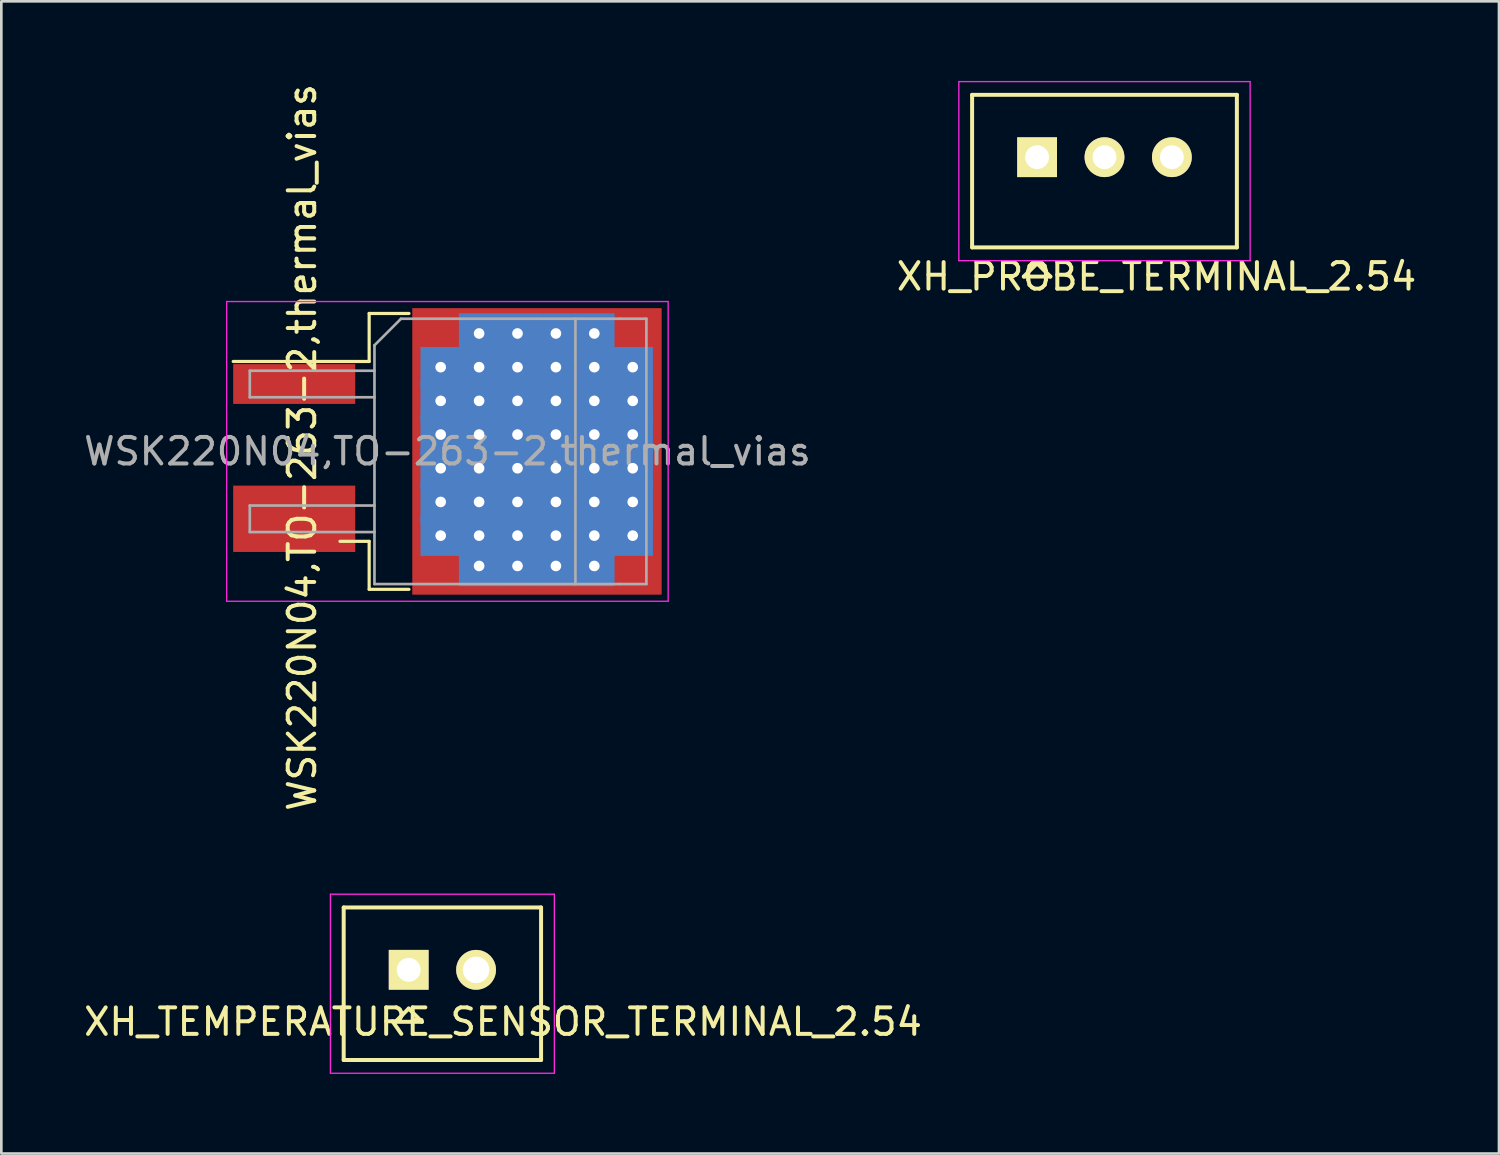
<source format=kicad_pcb>
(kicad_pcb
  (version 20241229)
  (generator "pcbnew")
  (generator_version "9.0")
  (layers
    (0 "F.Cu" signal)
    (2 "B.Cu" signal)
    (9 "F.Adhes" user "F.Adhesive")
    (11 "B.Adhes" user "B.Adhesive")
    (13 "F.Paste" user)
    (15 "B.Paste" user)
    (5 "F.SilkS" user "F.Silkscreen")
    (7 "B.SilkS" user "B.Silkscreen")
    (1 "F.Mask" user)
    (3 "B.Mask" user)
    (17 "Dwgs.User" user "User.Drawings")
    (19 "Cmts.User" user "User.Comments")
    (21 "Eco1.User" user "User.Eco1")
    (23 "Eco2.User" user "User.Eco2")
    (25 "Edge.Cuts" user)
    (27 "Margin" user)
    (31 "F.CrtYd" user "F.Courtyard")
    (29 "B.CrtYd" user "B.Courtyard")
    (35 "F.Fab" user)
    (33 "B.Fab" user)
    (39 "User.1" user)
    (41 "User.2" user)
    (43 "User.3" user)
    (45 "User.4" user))
  (footprint "XH_TEMPERATURE_SENSOR_TERMINAL_2.54"
    (layer "F.Cu")
    (at 12.355 33.506)
    (property "Reference" "XH_TEMPERATURE_SENSOR_TERMINAL_2.54" (at 3.556 1.96 0) (layer "F.SilkS") (effects (font (size 1 1) (thickness 0.15))))
    (attr through_hole)
    (fp_line (start -2.45 -2.35) (end -2.45 3.4) (stroke (width 0.15) (type solid)) (layer "F.SilkS"))
    (fp_line (start -2.45 -2.35) (end 4.99 -2.35) (stroke (width 0.15) (type solid)) (layer "F.SilkS"))
    (fp_line (start -2.45 3.4) (end 4.99 3.4) (stroke (width 0.15) (type solid)) (layer "F.SilkS"))
    (fp_line (start -0.5 1.96) (end 0.5 1.96) (stroke (width 0.15) (type solid)) (layer "F.SilkS"))
    (fp_line (start 0 1.46) (end -0.5 1.96) (stroke (width 0.15) (type solid)) (layer "F.SilkS"))
    (fp_line (start 0 1.46) (end 0.5 1.96) (stroke (width 0.15) (type solid)) (layer "F.SilkS"))
    (fp_line (start 4.99 -2.35) (end 4.99 3.4) (stroke (width 0.15) (type solid)) (layer "F.SilkS"))
    (fp_line (start -2.95 -2.85) (end -2.95 3.9) (stroke (width 0.05) (type solid)) (layer "F.CrtYd"))
    (fp_line (start -2.95 -2.85) (end 5.49 -2.85) (stroke (width 0.05) (type solid)) (layer "F.CrtYd"))
    (fp_line (start -2.95 3.9) (end 5.49 3.9) (stroke (width 0.05) (type solid)) (layer "F.CrtYd"))
    (fp_line (start 5.49 -2.85) (end 5.49 3.9) (stroke (width 0.05) (type solid)) (layer "F.CrtYd"))
    (pad "1" thru_hole rect (at 0 0) (size 1.5 1.5) (drill 0.9) (layers "*.Cu" "*.Mask" "F.SilkS"))
    (pad "2" thru_hole circle (at 2.54 0) (size 1.5 1.5) (drill 1) (layers "*.Cu" "*.Mask" "F.SilkS")))
  (footprint "WSK220N04,TO-263-2,thermal_vias"
    (layer "F.Cu")
    (at 13.815 13.965)
    (property "Reference" "WSK220N04,TO-263-2,thermal_vias" (at -5.475 -0.15 90) (layer "F.SilkS") (effects (font (size 1 1) (thickness 0.15))))
    (attr smd)
    (fp_line (start -2.95 -5.2) (end -2.95 -3.39) (stroke (width 0.12) (type solid)) (layer "F.SilkS"))
    (fp_line (start -2.95 -3.39) (end -8.075 -3.39) (stroke (width 0.12) (type solid)) (layer "F.SilkS"))
    (fp_line (start -2.95 3.39) (end -4.05 3.39) (stroke (width 0.12) (type solid)) (layer "F.SilkS"))
    (fp_line (start -2.95 5.2) (end -2.95 3.39) (stroke (width 0.12) (type solid)) (layer "F.SilkS"))
    (fp_line (start -1.45 -5.2) (end -2.95 -5.2) (stroke (width 0.12) (type solid)) (layer "F.SilkS"))
    (fp_line (start -1.45 5.2) (end -2.95 5.2) (stroke (width 0.12) (type solid)) (layer "F.SilkS"))
    (fp_line (start -8.32 -5.65) (end -8.32 5.65) (stroke (width 0.05) (type solid)) (layer "F.CrtYd"))
    (fp_line (start -8.32 5.65) (end 8.32 5.65) (stroke (width 0.05) (type solid)) (layer "F.CrtYd"))
    (fp_line (start 8.32 -5.65) (end -8.32 -5.65) (stroke (width 0.05) (type solid)) (layer "F.CrtYd"))
    (fp_line (start 8.32 5.65) (end 8.32 -5.65) (stroke (width 0.05) (type solid)) (layer "F.CrtYd"))
    (fp_line (start -7.45 -3.04) (end -7.45 -2.04) (stroke (width 0.1) (type solid)) (layer "F.Fab"))
    (fp_line (start -7.45 -2.04) (end -2.75 -2.04) (stroke (width 0.1) (type solid)) (layer "F.Fab"))
    (fp_line (start -7.45 2.04) (end -7.45 3.04) (stroke (width 0.1) (type solid)) (layer "F.Fab"))
    (fp_line (start -7.45 3.04) (end -2.75 3.04) (stroke (width 0.1) (type solid)) (layer "F.Fab"))
    (fp_line (start -2.75 -4) (end -1.75 -5) (stroke (width 0.1) (type solid)) (layer "F.Fab"))
    (fp_line (start -2.75 -3.04) (end -7.45 -3.04) (stroke (width 0.1) (type solid)) (layer "F.Fab"))
    (fp_line (start -2.75 2.04) (end -7.45 2.04) (stroke (width 0.1) (type solid)) (layer "F.Fab"))
    (fp_line (start -2.75 5) (end -2.75 -4) (stroke (width 0.1) (type solid)) (layer "F.Fab"))
    (fp_line (start -1.75 -5) (end 6.5 -5) (stroke (width 0.1) (type solid)) (layer "F.Fab"))
    (fp_line (start 4.825 -5) (end 4.825 5) (stroke (width 0.1) (type solid)) (layer "F.Fab"))
    (fp_line (start 6.5 -5) (end 7.5 -5) (stroke (width 0.1) (type solid)) (layer "F.Fab"))
    (fp_line (start 6.5 5) (end -2.75 5) (stroke (width 0.1) (type solid)) (layer "F.Fab"))
    (fp_line (start 7.5 -5) (end 7.5 5) (stroke (width 0.1) (type solid)) (layer "F.Fab"))
    (fp_line (start 7.5 5) (end 6.5 5) (stroke (width 0.1) (type solid)) (layer "F.Fab"))
    (fp_text user "${REFERENCE}" (at 0 0 0) (layer "F.Fab") (effects (font (size 1 1) (thickness 0.15))))
    (pad "" smd rect (at 0.95 -2.775) (size 4.55 5.25) (layers "F.Paste"))
    (pad "" smd rect (at 0.95 2.775) (size 4.55 5.25) (layers "F.Paste"))
    (pad "" smd rect (at 5.8 -2.775) (size 4.55 5.25) (layers "F.Paste"))
    (pad "" smd rect (at 5.8 2.775) (size 4.55 5.25) (layers "F.Paste"))
    (pad "1" smd rect (at -5.775 -2.54) (size 4.6 1.5) (layers "F.Cu" "F.Mask" "F.Paste"))
    (pad "2" thru_hole rect (at -0.254 -3.175) (size 1.524 1.524) (drill 0.4) (layers "*.Cu" "F.Mask"))
    (pad "2" thru_hole rect (at -0.254 -1.905) (size 1.524 1.524) (drill 0.4) (layers "*.Cu" "F.Mask"))
    (pad "2" thru_hole rect (at -0.254 -0.635) (size 1.524 1.524) (drill 0.4) (layers "*.Cu" "F.Mask"))
    (pad "2" thru_hole rect (at -0.254 0.635) (size 1.524 1.524) (drill 0.4) (layers "*.Cu" "F.Mask"))
    (pad "2" thru_hole rect (at -0.254 1.905) (size 1.524 1.524) (drill 0.4) (layers "*.Cu" "F.Mask"))
    (pad "2" thru_hole rect (at -0.254 3.175) (size 1.524 1.524) (drill 0.4) (layers "*.Cu" "F.Mask"))
    (pad "2" thru_hole rect (at 1.194 -4.445) (size 1.524 1.524) (drill 0.4) (layers "*.Cu" "F.Mask"))
    (pad "2" thru_hole rect (at 1.194 -3.175) (size 1.524 1.524) (drill 0.4) (layers "*.Cu" "F.Mask"))
    (pad "2" thru_hole rect (at 1.194 -1.905) (size 1.524 1.524) (drill 0.4) (layers "*.Cu" "F.Mask"))
    (pad "2" thru_hole rect (at 1.194 -0.635) (size 1.524 1.524) (drill 0.4) (layers "*.Cu" "F.Mask"))
    (pad "2" thru_hole rect (at 1.194 0.635) (size 1.524 1.524) (drill 0.4) (layers "*.Cu" "F.Mask"))
    (pad "2" thru_hole rect (at 1.194 1.905) (size 1.524 1.524) (drill 0.4) (layers "*.Cu" "F.Mask"))
    (pad "2" thru_hole rect (at 1.194 3.175) (size 1.524 1.524) (drill 0.4) (layers "*.Cu" "F.Mask"))
    (pad "2" thru_hole rect (at 1.194 4.318) (size 1.524 1.524) (drill 0.4) (layers "*.Cu" "F.Mask"))
    (pad "2" thru_hole rect (at 2.642 -4.445) (size 1.524 1.524) (drill 0.4) (layers "*.Cu" "F.Mask"))
    (pad "2" thru_hole rect (at 2.642 -3.175) (size 1.524 1.524) (drill 0.4) (layers "*.Cu" "F.Mask"))
    (pad "2" thru_hole rect (at 2.642 -1.905) (size 1.524 1.524) (drill 0.4) (layers "*.Cu" "F.Mask"))
    (pad "2" thru_hole rect (at 2.642 -0.635) (size 1.524 1.524) (drill 0.4) (layers "*.Cu" "F.Mask"))
    (pad "2" thru_hole rect (at 2.642 0.635) (size 1.524 1.524) (drill 0.4) (layers "*.Cu" "F.Mask"))
    (pad "2" thru_hole rect (at 2.642 1.905) (size 1.524 1.524) (drill 0.4) (layers "*.Cu" "F.Mask"))
    (pad "2" thru_hole rect (at 2.642 3.175) (size 1.524 1.524) (drill 0.4) (layers "*.Cu" "F.Mask"))
    (pad "2" thru_hole rect (at 2.642 4.318) (size 1.524 1.524) (drill 0.4) (layers "*.Cu" "F.Mask"))
    (pad "2" smd rect (at 3.375 0) (size 9.4 10.8) (layers "F.Cu" "F.Mask"))
    (pad "2" thru_hole rect (at 4.089 -4.445) (size 1.524 1.524) (drill 0.4) (layers "*.Cu" "F.Mask"))
    (pad "2" thru_hole rect (at 4.089 -3.175) (size 1.524 1.524) (drill 0.4) (layers "*.Cu" "F.Mask"))
    (pad "2" thru_hole rect (at 4.089 -1.905) (size 1.524 1.524) (drill 0.4) (layers "*.Cu" "F.Mask"))
    (pad "2" thru_hole rect (at 4.089 -0.635) (size 1.524 1.524) (drill 0.4) (layers "*.Cu" "F.Mask"))
    (pad "2" thru_hole rect (at 4.089 0.635) (size 1.524 1.524) (drill 0.4) (layers "*.Cu" "F.Mask"))
    (pad "2" thru_hole rect (at 4.089 1.905) (size 1.524 1.524) (drill 0.4) (layers "*.Cu" "F.Mask"))
    (pad "2" thru_hole rect (at 4.089 3.175) (size 1.524 1.524) (drill 0.4) (layers "*.Cu" "F.Mask"))
    (pad "2" thru_hole rect (at 4.089 4.318) (size 1.524 1.524) (drill 0.4) (layers "*.Cu" "F.Mask"))
    (pad "2" thru_hole rect (at 5.537 -4.445) (size 1.524 1.524) (drill 0.4) (layers "*.Cu" "F.Mask"))
    (pad "2" thru_hole rect (at 5.537 -3.175) (size 1.524 1.524) (drill 0.4) (layers "*.Cu" "F.Mask"))
    (pad "2" thru_hole rect (at 5.537 -1.905) (size 1.524 1.524) (drill 0.4) (layers "*.Cu" "F.Mask"))
    (pad "2" thru_hole rect (at 5.537 -0.635) (size 1.524 1.524) (drill 0.4) (layers "*.Cu" "F.Mask"))
    (pad "2" thru_hole rect (at 5.537 0.635) (size 1.524 1.524) (drill 0.4) (layers "*.Cu" "F.Mask"))
    (pad "2" thru_hole rect (at 5.537 1.905) (size 1.524 1.524) (drill 0.4) (layers "*.Cu" "F.Mask"))
    (pad "2" thru_hole rect (at 5.537 3.175) (size 1.524 1.524) (drill 0.4) (layers "*.Cu" "F.Mask"))
    (pad "2" thru_hole rect (at 5.537 4.318) (size 1.524 1.524) (drill 0.4) (layers "*.Cu" "F.Mask"))
    (pad "2" thru_hole rect (at 6.985 -3.175) (size 1.524 1.524) (drill 0.4) (layers "*.Cu" "F.Mask"))
    (pad "2" thru_hole rect (at 6.985 -1.905) (size 1.524 1.524) (drill 0.4) (layers "*.Cu" "F.Mask"))
    (pad "2" thru_hole rect (at 6.985 -0.635) (size 1.524 1.524) (drill 0.4) (layers "*.Cu" "F.Mask"))
    (pad "2" thru_hole rect (at 6.985 0.635) (size 1.524 1.524) (drill 0.4) (layers "*.Cu" "F.Mask"))
    (pad "2" thru_hole rect (at 6.985 1.905) (size 1.524 1.524) (drill 0.4) (layers "*.Cu" "F.Mask"))
    (pad "2" thru_hole rect (at 6.985 3.175) (size 1.524 1.524) (drill 0.4) (layers "*.Cu" "F.Mask"))
    (pad "3" smd rect (at -5.775 2.54) (size 4.6 2.5) (layers "F.Cu" "F.Mask" "F.Paste")))
  (footprint "XH_PROBE_TERMINAL_2.54"
    (layer "F.Cu")
    (at 36.042 2.875)
    (property "Reference" "XH_PROBE_TERMINAL_2.54" (at 4.5 4.5 0) (layer "F.SilkS") (effects (font (size 1 1) (thickness 0.15))))
    (attr through_hole)
    (fp_line (start -2.45 -2.35) (end -2.45 3.4) (stroke (width 0.15) (type solid)) (layer "F.SilkS"))
    (fp_line (start -2.45 -2.35) (end 7.53 -2.35) (stroke (width 0.15) (type solid)) (layer "F.SilkS"))
    (fp_line (start -2.45 3.4) (end 7.53 3.4) (stroke (width 0.15) (type solid)) (layer "F.SilkS"))
    (fp_line (start -0.5 4.5) (end 0.5 4.5) (stroke (width 0.15) (type solid)) (layer "F.SilkS"))
    (fp_line (start 0 4) (end -0.5 4.5) (stroke (width 0.15) (type solid)) (layer "F.SilkS"))
    (fp_line (start 0 4) (end 0.5 4.5) (stroke (width 0.15) (type solid)) (layer "F.SilkS"))
    (fp_line (start 7.53 -2.35) (end 7.53 3.4) (stroke (width 0.15) (type solid)) (layer "F.SilkS"))
    (fp_line (start -2.95 -2.85) (end -2.95 3.9) (stroke (width 0.05) (type solid)) (layer "F.CrtYd"))
    (fp_line (start -2.95 -2.85) (end 8.03 -2.85) (stroke (width 0.05) (type solid)) (layer "F.CrtYd"))
    (fp_line (start -2.95 3.9) (end 8.03 3.9) (stroke (width 0.05) (type solid)) (layer "F.CrtYd"))
    (fp_line (start 8.03 -2.85) (end 8.03 3.9) (stroke (width 0.05) (type solid)) (layer "F.CrtYd"))
    (pad "1" thru_hole rect (at 0 0) (size 1.5 1.5) (drill 0.9) (layers "*.Cu" "*.Mask" "F.SilkS"))
    (pad "2" thru_hole circle (at 2.54 0) (size 1.5 1.5) (drill 0.9) (layers "*.Cu" "*.Mask" "F.SilkS"))
    (pad "3" thru_hole circle (at 5.08 0) (size 1.5 1.5) (drill 0.9) (layers "*.Cu" "*.Mask" "F.SilkS")))
  (gr_rect
    (start -3 -3)
    (end 53.452 40.431)
    (stroke (width 0.1) (type default))
    (fill no)
    (layer "Edge.Cuts")))
</source>
